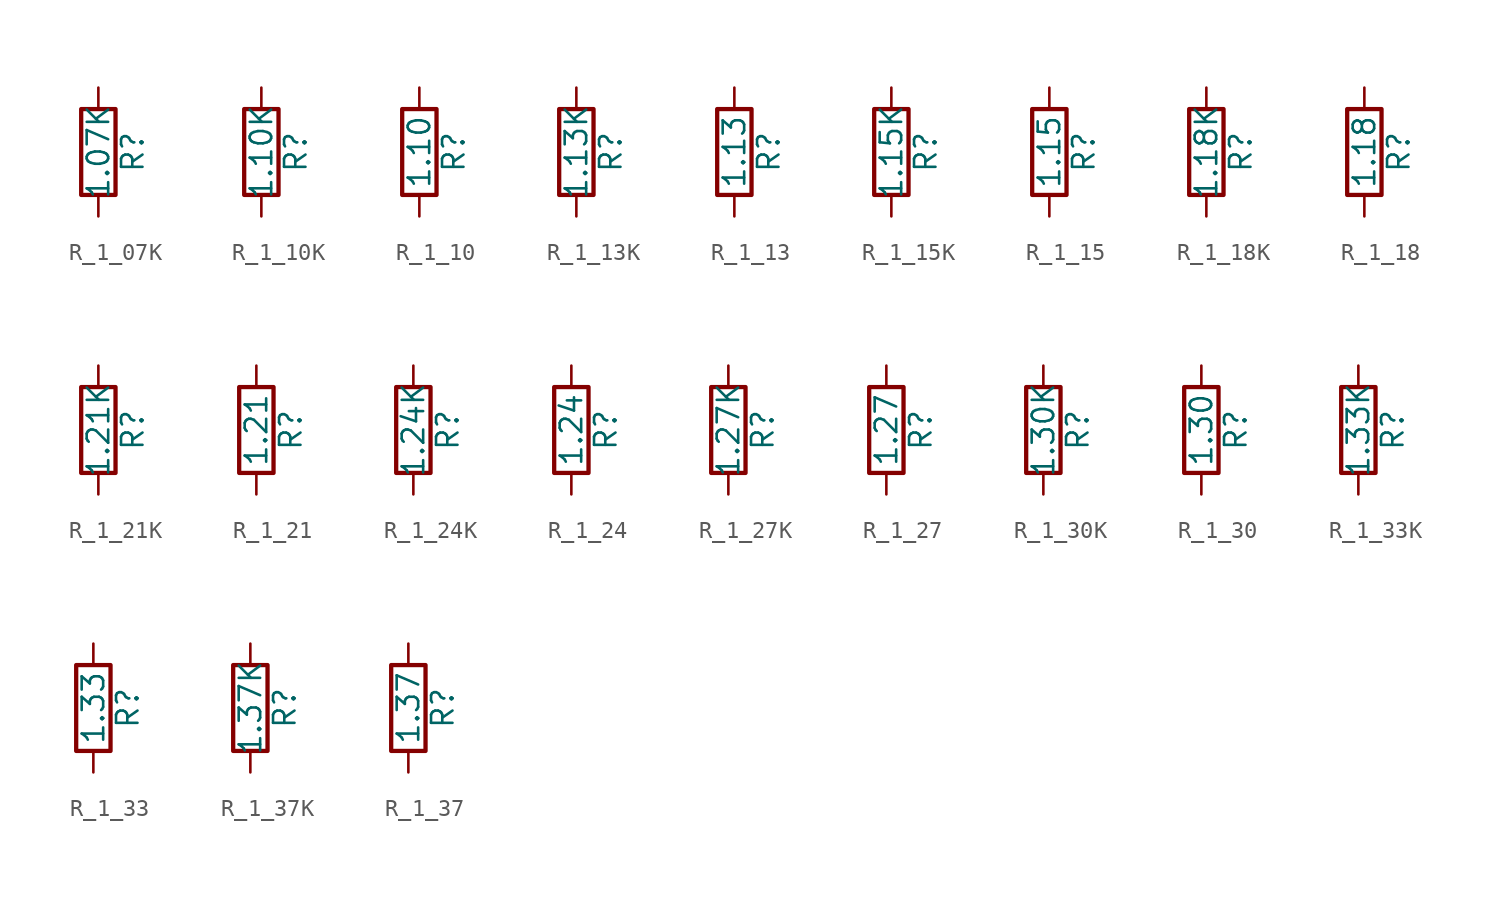
<source format=kicad_sym>
(kicad_symbol_lib
  (version 20211014)
  (generator atlantix-eda)
  (symbol "R_1_07K"
    (pin_numbers hide)
    (pin_names
      (offset 0))
    (property "Reference" "R"
      (at 2.032 0 90)
      (effects (font (size 1.27 1.27))))
    (property "Value" "1.07K"
      (at 0 0 90)
      (effects (font (size 1.27 1.27))))
    (symbol "R_1_07K_0_1"
      (rectangle (start -1.016 -2.54) (end 1.016 2.54) (stroke (width 0.254) (type default) (color 0 0 0 0)) (fill (type none))))
    (symbol "R_1_07K_1_1"
      (pin passive line (at 0 3.81 270) (length 1.27) (name "~" (effects (font (size 1.27 1.27)))) (number "1" (effects (font (size 1.27 1.27)))))
      (pin passive line (at 0 -3.81 90) (length 1.27) (name "~" (effects (font (size 1.27 1.27)))) (number "2" (effects (font (size 1.27 1.27)))))))
  (symbol "R_1_10K"
    (pin_numbers hide)
    (pin_names
      (offset 0))
    (property "Reference" "R"
      (at 2.032 0 90)
      (effects (font (size 1.27 1.27))))
    (property "Value" "1.10K"
      (at 0 0 90)
      (effects (font (size 1.27 1.27))))
    (symbol "R_1_10K_0_1"
      (rectangle (start -1.016 -2.54) (end 1.016 2.54) (stroke (width 0.254) (type default) (color 0 0 0 0)) (fill (type none))))
    (symbol "R_1_10K_1_1"
      (pin passive line (at 0 3.81 270) (length 1.27) (name "~" (effects (font (size 1.27 1.27)))) (number "1" (effects (font (size 1.27 1.27)))))
      (pin passive line (at 0 -3.81 90) (length 1.27) (name "~" (effects (font (size 1.27 1.27)))) (number "2" (effects (font (size 1.27 1.27)))))))
  (symbol "R_1_10"
    (pin_numbers hide)
    (pin_names
      (offset 0))
    (property "Reference" "R"
      (at 2.032 0 90)
      (effects (font (size 1.27 1.27))))
    (property "Value" "1.10"
      (at 0 0 90)
      (effects (font (size 1.27 1.27))))
    (symbol "R_1_10_0_1"
      (rectangle (start -1.016 -2.54) (end 1.016 2.54) (stroke (width 0.254) (type default) (color 0 0 0 0)) (fill (type none))))
    (symbol "R_1_10_1_1"
      (pin passive line (at 0 3.81 270) (length 1.27) (name "~" (effects (font (size 1.27 1.27)))) (number "1" (effects (font (size 1.27 1.27)))))
      (pin passive line (at 0 -3.81 90) (length 1.27) (name "~" (effects (font (size 1.27 1.27)))) (number "2" (effects (font (size 1.27 1.27)))))))
  (symbol "R_1_13K"
    (pin_numbers hide)
    (pin_names
      (offset 0))
    (property "Reference" "R"
      (at 2.032 0 90)
      (effects (font (size 1.27 1.27))))
    (property "Value" "1.13K"
      (at 0 0 90)
      (effects (font (size 1.27 1.27))))
    (symbol "R_1_13K_0_1"
      (rectangle (start -1.016 -2.54) (end 1.016 2.54) (stroke (width 0.254) (type default) (color 0 0 0 0)) (fill (type none))))
    (symbol "R_1_13K_1_1"
      (pin passive line (at 0 3.81 270) (length 1.27) (name "~" (effects (font (size 1.27 1.27)))) (number "1" (effects (font (size 1.27 1.27)))))
      (pin passive line (at 0 -3.81 90) (length 1.27) (name "~" (effects (font (size 1.27 1.27)))) (number "2" (effects (font (size 1.27 1.27)))))))
  (symbol "R_1_13"
    (pin_numbers hide)
    (pin_names
      (offset 0))
    (property "Reference" "R"
      (at 2.032 0 90)
      (effects (font (size 1.27 1.27))))
    (property "Value" "1.13"
      (at 0 0 90)
      (effects (font (size 1.27 1.27))))
    (symbol "R_1_13_0_1"
      (rectangle (start -1.016 -2.54) (end 1.016 2.54) (stroke (width 0.254) (type default) (color 0 0 0 0)) (fill (type none))))
    (symbol "R_1_13_1_1"
      (pin passive line (at 0 3.81 270) (length 1.27) (name "~" (effects (font (size 1.27 1.27)))) (number "1" (effects (font (size 1.27 1.27)))))
      (pin passive line (at 0 -3.81 90) (length 1.27) (name "~" (effects (font (size 1.27 1.27)))) (number "2" (effects (font (size 1.27 1.27)))))))
  (symbol "R_1_15K"
    (pin_numbers hide)
    (pin_names
      (offset 0))
    (property "Reference" "R"
      (at 2.032 0 90)
      (effects (font (size 1.27 1.27))))
    (property "Value" "1.15K"
      (at 0 0 90)
      (effects (font (size 1.27 1.27))))
    (symbol "R_1_15K_0_1"
      (rectangle (start -1.016 -2.54) (end 1.016 2.54) (stroke (width 0.254) (type default) (color 0 0 0 0)) (fill (type none))))
    (symbol "R_1_15K_1_1"
      (pin passive line (at 0 3.81 270) (length 1.27) (name "~" (effects (font (size 1.27 1.27)))) (number "1" (effects (font (size 1.27 1.27)))))
      (pin passive line (at 0 -3.81 90) (length 1.27) (name "~" (effects (font (size 1.27 1.27)))) (number "2" (effects (font (size 1.27 1.27)))))))
  (symbol "R_1_15"
    (pin_numbers hide)
    (pin_names
      (offset 0))
    (property "Reference" "R"
      (at 2.032 0 90)
      (effects (font (size 1.27 1.27))))
    (property "Value" "1.15"
      (at 0 0 90)
      (effects (font (size 1.27 1.27))))
    (symbol "R_1_15_0_1"
      (rectangle (start -1.016 -2.54) (end 1.016 2.54) (stroke (width 0.254) (type default) (color 0 0 0 0)) (fill (type none))))
    (symbol "R_1_15_1_1"
      (pin passive line (at 0 3.81 270) (length 1.27) (name "~" (effects (font (size 1.27 1.27)))) (number "1" (effects (font (size 1.27 1.27)))))
      (pin passive line (at 0 -3.81 90) (length 1.27) (name "~" (effects (font (size 1.27 1.27)))) (number "2" (effects (font (size 1.27 1.27)))))))
  (symbol "R_1_18K"
    (pin_numbers hide)
    (pin_names
      (offset 0))
    (property "Reference" "R"
      (at 2.032 0 90)
      (effects (font (size 1.27 1.27))))
    (property "Value" "1.18K"
      (at 0 0 90)
      (effects (font (size 1.27 1.27))))
    (symbol "R_1_18K_0_1"
      (rectangle (start -1.016 -2.54) (end 1.016 2.54) (stroke (width 0.254) (type default) (color 0 0 0 0)) (fill (type none))))
    (symbol "R_1_18K_1_1"
      (pin passive line (at 0 3.81 270) (length 1.27) (name "~" (effects (font (size 1.27 1.27)))) (number "1" (effects (font (size 1.27 1.27)))))
      (pin passive line (at 0 -3.81 90) (length 1.27) (name "~" (effects (font (size 1.27 1.27)))) (number "2" (effects (font (size 1.27 1.27)))))))
  (symbol "R_1_18"
    (pin_numbers hide)
    (pin_names
      (offset 0))
    (property "Reference" "R"
      (at 2.032 0 90)
      (effects (font (size 1.27 1.27))))
    (property "Value" "1.18"
      (at 0 0 90)
      (effects (font (size 1.27 1.27))))
    (symbol "R_1_18_0_1"
      (rectangle (start -1.016 -2.54) (end 1.016 2.54) (stroke (width 0.254) (type default) (color 0 0 0 0)) (fill (type none))))
    (symbol "R_1_18_1_1"
      (pin passive line (at 0 3.81 270) (length 1.27) (name "~" (effects (font (size 1.27 1.27)))) (number "1" (effects (font (size 1.27 1.27)))))
      (pin passive line (at 0 -3.81 90) (length 1.27) (name "~" (effects (font (size 1.27 1.27)))) (number "2" (effects (font (size 1.27 1.27)))))))
  (symbol "R_1_21K"
    (pin_numbers hide)
    (pin_names
      (offset 0))
    (property "Reference" "R"
      (at 2.032 0 90)
      (effects (font (size 1.27 1.27))))
    (property "Value" "1.21K"
      (at 0 0 90)
      (effects (font (size 1.27 1.27))))
    (symbol "R_1_21K_0_1"
      (rectangle (start -1.016 -2.54) (end 1.016 2.54) (stroke (width 0.254) (type default) (color 0 0 0 0)) (fill (type none))))
    (symbol "R_1_21K_1_1"
      (pin passive line (at 0 3.81 270) (length 1.27) (name "~" (effects (font (size 1.27 1.27)))) (number "1" (effects (font (size 1.27 1.27)))))
      (pin passive line (at 0 -3.81 90) (length 1.27) (name "~" (effects (font (size 1.27 1.27)))) (number "2" (effects (font (size 1.27 1.27)))))))
  (symbol "R_1_21"
    (pin_numbers hide)
    (pin_names
      (offset 0))
    (property "Reference" "R"
      (at 2.032 0 90)
      (effects (font (size 1.27 1.27))))
    (property "Value" "1.21"
      (at 0 0 90)
      (effects (font (size 1.27 1.27))))
    (symbol "R_1_21_0_1"
      (rectangle (start -1.016 -2.54) (end 1.016 2.54) (stroke (width 0.254) (type default) (color 0 0 0 0)) (fill (type none))))
    (symbol "R_1_21_1_1"
      (pin passive line (at 0 3.81 270) (length 1.27) (name "~" (effects (font (size 1.27 1.27)))) (number "1" (effects (font (size 1.27 1.27)))))
      (pin passive line (at 0 -3.81 90) (length 1.27) (name "~" (effects (font (size 1.27 1.27)))) (number "2" (effects (font (size 1.27 1.27)))))))
  (symbol "R_1_24K"
    (pin_numbers hide)
    (pin_names
      (offset 0))
    (property "Reference" "R"
      (at 2.032 0 90)
      (effects (font (size 1.27 1.27))))
    (property "Value" "1.24K"
      (at 0 0 90)
      (effects (font (size 1.27 1.27))))
    (symbol "R_1_24K_0_1"
      (rectangle (start -1.016 -2.54) (end 1.016 2.54) (stroke (width 0.254) (type default) (color 0 0 0 0)) (fill (type none))))
    (symbol "R_1_24K_1_1"
      (pin passive line (at 0 3.81 270) (length 1.27) (name "~" (effects (font (size 1.27 1.27)))) (number "1" (effects (font (size 1.27 1.27)))))
      (pin passive line (at 0 -3.81 90) (length 1.27) (name "~" (effects (font (size 1.27 1.27)))) (number "2" (effects (font (size 1.27 1.27)))))))
  (symbol "R_1_24"
    (pin_numbers hide)
    (pin_names
      (offset 0))
    (property "Reference" "R"
      (at 2.032 0 90)
      (effects (font (size 1.27 1.27))))
    (property "Value" "1.24"
      (at 0 0 90)
      (effects (font (size 1.27 1.27))))
    (symbol "R_1_24_0_1"
      (rectangle (start -1.016 -2.54) (end 1.016 2.54) (stroke (width 0.254) (type default) (color 0 0 0 0)) (fill (type none))))
    (symbol "R_1_24_1_1"
      (pin passive line (at 0 3.81 270) (length 1.27) (name "~" (effects (font (size 1.27 1.27)))) (number "1" (effects (font (size 1.27 1.27)))))
      (pin passive line (at 0 -3.81 90) (length 1.27) (name "~" (effects (font (size 1.27 1.27)))) (number "2" (effects (font (size 1.27 1.27)))))))
  (symbol "R_1_27K"
    (pin_numbers hide)
    (pin_names
      (offset 0))
    (property "Reference" "R"
      (at 2.032 0 90)
      (effects (font (size 1.27 1.27))))
    (property "Value" "1.27K"
      (at 0 0 90)
      (effects (font (size 1.27 1.27))))
    (symbol "R_1_27K_0_1"
      (rectangle (start -1.016 -2.54) (end 1.016 2.54) (stroke (width 0.254) (type default) (color 0 0 0 0)) (fill (type none))))
    (symbol "R_1_27K_1_1"
      (pin passive line (at 0 3.81 270) (length 1.27) (name "~" (effects (font (size 1.27 1.27)))) (number "1" (effects (font (size 1.27 1.27)))))
      (pin passive line (at 0 -3.81 90) (length 1.27) (name "~" (effects (font (size 1.27 1.27)))) (number "2" (effects (font (size 1.27 1.27)))))))
  (symbol "R_1_27"
    (pin_numbers hide)
    (pin_names
      (offset 0))
    (property "Reference" "R"
      (at 2.032 0 90)
      (effects (font (size 1.27 1.27))))
    (property "Value" "1.27"
      (at 0 0 90)
      (effects (font (size 1.27 1.27))))
    (symbol "R_1_27_0_1"
      (rectangle (start -1.016 -2.54) (end 1.016 2.54) (stroke (width 0.254) (type default) (color 0 0 0 0)) (fill (type none))))
    (symbol "R_1_27_1_1"
      (pin passive line (at 0 3.81 270) (length 1.27) (name "~" (effects (font (size 1.27 1.27)))) (number "1" (effects (font (size 1.27 1.27)))))
      (pin passive line (at 0 -3.81 90) (length 1.27) (name "~" (effects (font (size 1.27 1.27)))) (number "2" (effects (font (size 1.27 1.27)))))))
  (symbol "R_1_30K"
    (pin_numbers hide)
    (pin_names
      (offset 0))
    (property "Reference" "R"
      (at 2.032 0 90)
      (effects (font (size 1.27 1.27))))
    (property "Value" "1.30K"
      (at 0 0 90)
      (effects (font (size 1.27 1.27))))
    (symbol "R_1_30K_0_1"
      (rectangle (start -1.016 -2.54) (end 1.016 2.54) (stroke (width 0.254) (type default) (color 0 0 0 0)) (fill (type none))))
    (symbol "R_1_30K_1_1"
      (pin passive line (at 0 3.81 270) (length 1.27) (name "~" (effects (font (size 1.27 1.27)))) (number "1" (effects (font (size 1.27 1.27)))))
      (pin passive line (at 0 -3.81 90) (length 1.27) (name "~" (effects (font (size 1.27 1.27)))) (number "2" (effects (font (size 1.27 1.27)))))))
  (symbol "R_1_30"
    (pin_numbers hide)
    (pin_names
      (offset 0))
    (property "Reference" "R"
      (at 2.032 0 90)
      (effects (font (size 1.27 1.27))))
    (property "Value" "1.30"
      (at 0 0 90)
      (effects (font (size 1.27 1.27))))
    (symbol "R_1_30_0_1"
      (rectangle (start -1.016 -2.54) (end 1.016 2.54) (stroke (width 0.254) (type default) (color 0 0 0 0)) (fill (type none))))
    (symbol "R_1_30_1_1"
      (pin passive line (at 0 3.81 270) (length 1.27) (name "~" (effects (font (size 1.27 1.27)))) (number "1" (effects (font (size 1.27 1.27)))))
      (pin passive line (at 0 -3.81 90) (length 1.27) (name "~" (effects (font (size 1.27 1.27)))) (number "2" (effects (font (size 1.27 1.27)))))))
  (symbol "R_1_33K"
    (pin_numbers hide)
    (pin_names
      (offset 0))
    (property "Reference" "R"
      (at 2.032 0 90)
      (effects (font (size 1.27 1.27))))
    (property "Value" "1.33K"
      (at 0 0 90)
      (effects (font (size 1.27 1.27))))
    (symbol "R_1_33K_0_1"
      (rectangle (start -1.016 -2.54) (end 1.016 2.54) (stroke (width 0.254) (type default) (color 0 0 0 0)) (fill (type none))))
    (symbol "R_1_33K_1_1"
      (pin passive line (at 0 3.81 270) (length 1.27) (name "~" (effects (font (size 1.27 1.27)))) (number "1" (effects (font (size 1.27 1.27)))))
      (pin passive line (at 0 -3.81 90) (length 1.27) (name "~" (effects (font (size 1.27 1.27)))) (number "2" (effects (font (size 1.27 1.27)))))))
  (symbol "R_1_33"
    (pin_numbers hide)
    (pin_names
      (offset 0))
    (property "Reference" "R"
      (at 2.032 0 90)
      (effects (font (size 1.27 1.27))))
    (property "Value" "1.33"
      (at 0 0 90)
      (effects (font (size 1.27 1.27))))
    (symbol "R_1_33_0_1"
      (rectangle (start -1.016 -2.54) (end 1.016 2.54) (stroke (width 0.254) (type default) (color 0 0 0 0)) (fill (type none))))
    (symbol "R_1_33_1_1"
      (pin passive line (at 0 3.81 270) (length 1.27) (name "~" (effects (font (size 1.27 1.27)))) (number "1" (effects (font (size 1.27 1.27)))))
      (pin passive line (at 0 -3.81 90) (length 1.27) (name "~" (effects (font (size 1.27 1.27)))) (number "2" (effects (font (size 1.27 1.27)))))))
  (symbol "R_1_37K"
    (pin_numbers hide)
    (pin_names
      (offset 0))
    (property "Reference" "R"
      (at 2.032 0 90)
      (effects (font (size 1.27 1.27))))
    (property "Value" "1.37K"
      (at 0 0 90)
      (effects (font (size 1.27 1.27))))
    (symbol "R_1_37K_0_1"
      (rectangle (start -1.016 -2.54) (end 1.016 2.54) (stroke (width 0.254) (type default) (color 0 0 0 0)) (fill (type none))))
    (symbol "R_1_37K_1_1"
      (pin passive line (at 0 3.81 270) (length 1.27) (name "~" (effects (font (size 1.27 1.27)))) (number "1" (effects (font (size 1.27 1.27)))))
      (pin passive line (at 0 -3.81 90) (length 1.27) (name "~" (effects (font (size 1.27 1.27)))) (number "2" (effects (font (size 1.27 1.27)))))))
  (symbol "R_1_37"
    (pin_numbers hide)
    (pin_names
      (offset 0))
    (property "Reference" "R"
      (at 2.032 0 90)
      (effects (font (size 1.27 1.27))))
    (property "Value" "1.37"
      (at 0 0 90)
      (effects (font (size 1.27 1.27))))
    (symbol "R_1_37_0_1"
      (rectangle (start -1.016 -2.54) (end 1.016 2.54) (stroke (width 0.254) (type default) (color 0 0 0 0)) (fill (type none))))
    (symbol "R_1_37_1_1"
      (pin passive line (at 0 3.81 270) (length 1.27) (name "~" (effects (font (size 1.27 1.27)))) (number "1" (effects (font (size 1.27 1.27)))))
      (pin passive line (at 0 -3.81 90) (length 1.27) (name "~" (effects (font (size 1.27 1.27)))) (number "2" (effects (font (size 1.27 1.27))))))))
</source>
